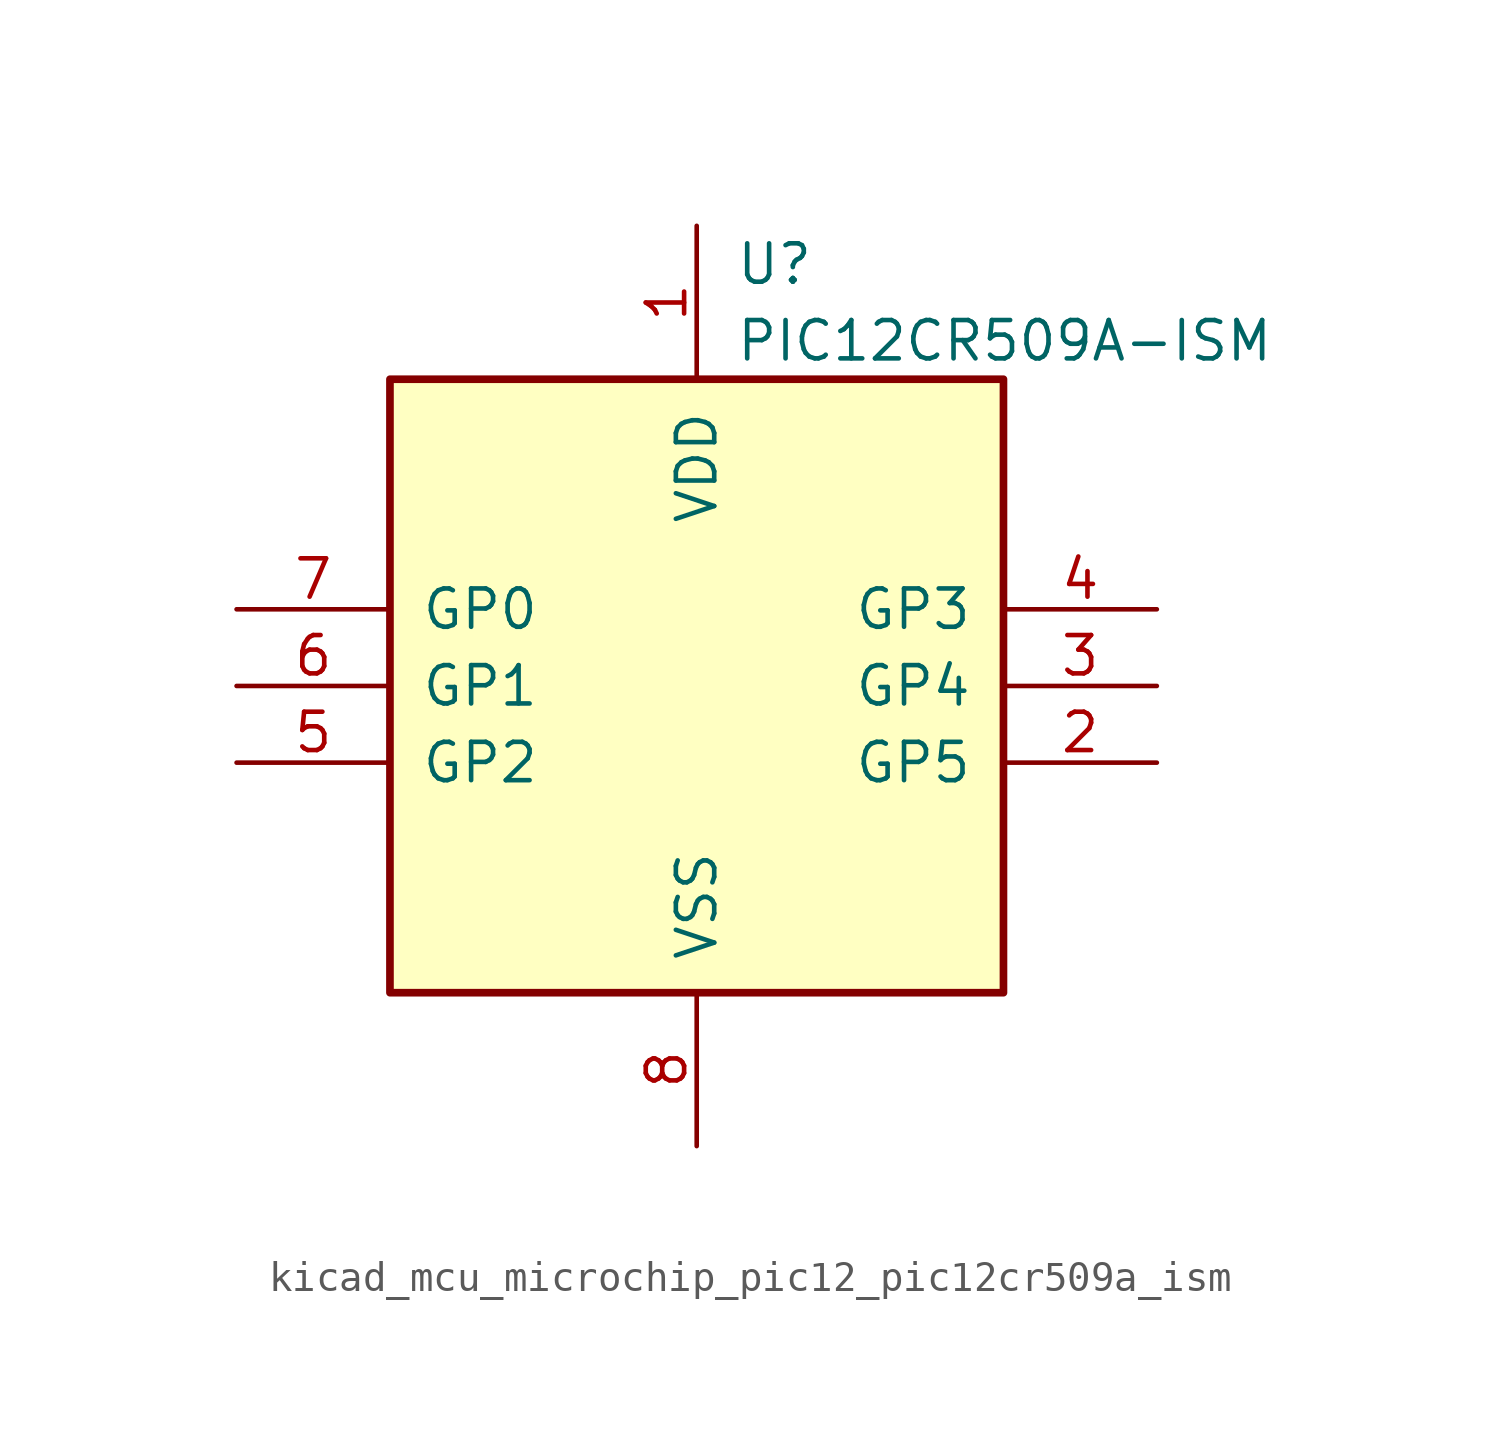
<source format=kicad_sym>
(kicad_symbol_lib
  (version 20220914)
  (generator kicad_symbol_editor)
  (symbol "kicad_mcu_microchip_pic12_pic12cr509a_ism"
    (pin_names
      (offset 1.016))
    (property "Reference" "U"
      (at 1.27 13.97 0)
      (effects (font (size 1.27 1.27)) (justify left)))
    (property "Value" "PIC12CR509A-ISM"
      (at 1.27 11.43 0)
      (effects (font (size 1.27 1.27)) (justify left)))
    (symbol "kicad_mcu_microchip_pic12_pic12cr509a_ism_0_1"
      (rectangle (start 10.16 -10.16) (end -10.16 10.16) (stroke (width 0.254) (type default)) (fill (type background))))
    (symbol "kicad_mcu_microchip_pic12_pic12cr509a_ism_1_1"
      (pin power_in line (at 0 15.24 270) (length 5.08) (name "VDD" (effects (font (size 1.27 1.27)))) (number "1" (effects (font (size 1.27 1.27)))))
      (pin bidirectional line (at 15.24 -2.54 180) (length 5.08) (name "GP5" (effects (font (size 1.27 1.27)))) (number "2" (effects (font (size 1.27 1.27)))))
      (pin bidirectional line (at 15.24 0 180) (length 5.08) (name "GP4" (effects (font (size 1.27 1.27)))) (number "3" (effects (font (size 1.27 1.27)))))
      (pin input line (at 15.24 2.54 180) (length 5.08) (name "GP3" (effects (font (size 1.27 1.27)))) (number "4" (effects (font (size 1.27 1.27)))))
      (pin bidirectional line (at -15.24 -2.54 0) (length 5.08) (name "GP2" (effects (font (size 1.27 1.27)))) (number "5" (effects (font (size 1.27 1.27)))))
      (pin bidirectional line (at -15.24 0 0) (length 5.08) (name "GP1" (effects (font (size 1.27 1.27)))) (number "6" (effects (font (size 1.27 1.27)))))
      (pin bidirectional line (at -15.24 2.54 0) (length 5.08) (name "GP0" (effects (font (size 1.27 1.27)))) (number "7" (effects (font (size 1.27 1.27)))))
      (pin power_in line (at 0 -15.24 90) (length 5.08) (name "VSS" (effects (font (size 1.27 1.27)))) (number "8" (effects (font (size 1.27 1.27))))))))
</source>
